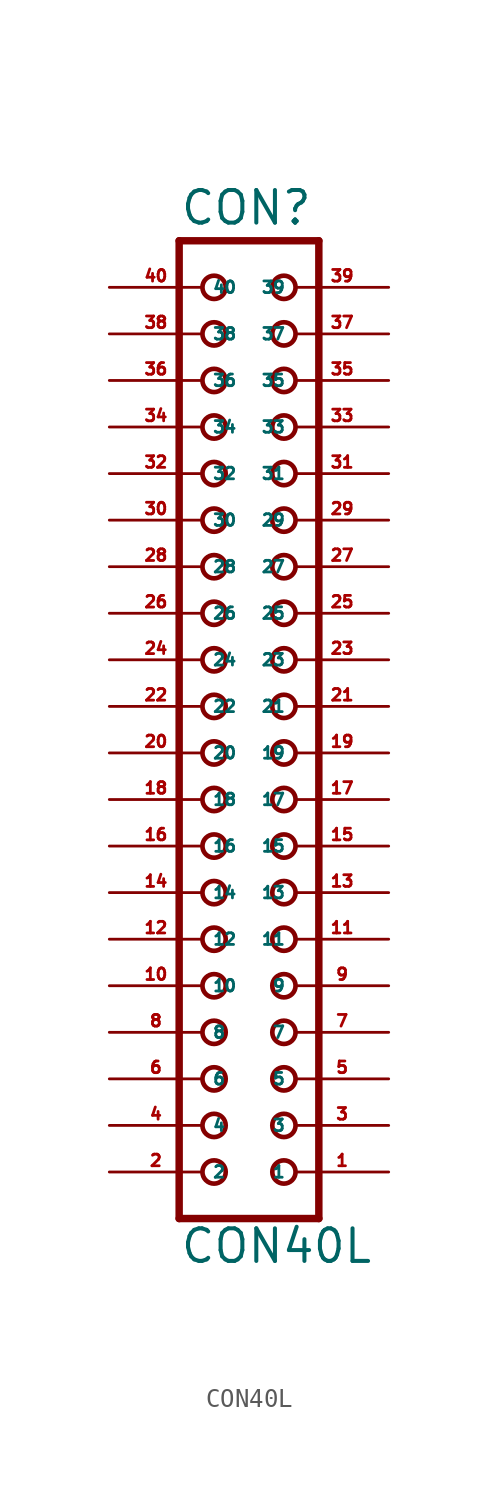
<source format=kicad_sym>
(kicad_symbol_lib
  (version 20220914)
  (generator Eagle2Kicad)
  (symbol "CON40L"
    (property "Reference" "CON"
      (at -3.81 26.162 0)
      (effects (font (size 1.778 1.778) (thickness 0.22)) (justify left bottom)))
    (property "Value" "CON40L"
      (at -3.81 -30.48 0)
      (effects (font (size 1.778 1.778) (thickness 0.22)) (justify left bottom)))
    (polyline
      (pts (xy 3.81 -27.94) (xy -3.81 -27.94))
      (stroke (width 0.406) (type default))
      (fill (type none)))
    (polyline
      (pts (xy -3.81 25.4) (xy -3.81 -27.94))
      (stroke (width 0.406) (type default))
      (fill (type none)))
    (polyline
      (pts (xy -3.81 25.4) (xy 3.81 25.4))
      (stroke (width 0.406) (type default))
      (fill (type none)))
    (polyline
      (pts (xy 3.81 -27.94) (xy 3.81 25.4))
      (stroke (width 0.406) (type default))
      (fill (type none)))
    (circle
      (center 1.905 -25.4)
      (radius 0.635)
      (stroke (width 0.254) (type default))
      (fill (type none)))
    (circle
      (center 1.905 -22.86)
      (radius 0.635)
      (stroke (width 0.254) (type default))
      (fill (type none)))
    (circle
      (center 1.905 -20.32)
      (radius 0.635)
      (stroke (width 0.254) (type default))
      (fill (type none)))
    (circle
      (center 1.905 -17.78)
      (radius 0.635)
      (stroke (width 0.254) (type default))
      (fill (type none)))
    (circle
      (center 1.905 -15.24)
      (radius 0.635)
      (stroke (width 0.254) (type default))
      (fill (type none)))
    (circle
      (center 1.905 -12.7)
      (radius 0.635)
      (stroke (width 0.254) (type default))
      (fill (type none)))
    (circle
      (center 1.905 -10.16)
      (radius 0.635)
      (stroke (width 0.254) (type default))
      (fill (type none)))
    (circle
      (center 1.905 -7.62)
      (radius 0.635)
      (stroke (width 0.254) (type default))
      (fill (type none)))
    (circle
      (center 1.905 -5.08)
      (radius 0.635)
      (stroke (width 0.254) (type default))
      (fill (type none)))
    (circle
      (center 1.905 -2.54)
      (radius 0.635)
      (stroke (width 0.254) (type default))
      (fill (type none)))
    (circle
      (center -1.905 -25.4)
      (radius 0.635)
      (stroke (width 0.254) (type default))
      (fill (type none)))
    (circle
      (center -1.905 -22.86)
      (radius 0.635)
      (stroke (width 0.254) (type default))
      (fill (type none)))
    (circle
      (center -1.905 -20.32)
      (radius 0.635)
      (stroke (width 0.254) (type default))
      (fill (type none)))
    (circle
      (center -1.905 -17.78)
      (radius 0.635)
      (stroke (width 0.254) (type default))
      (fill (type none)))
    (circle
      (center -1.905 -15.24)
      (radius 0.635)
      (stroke (width 0.254) (type default))
      (fill (type none)))
    (circle
      (center -1.905 -12.7)
      (radius 0.635)
      (stroke (width 0.254) (type default))
      (fill (type none)))
    (circle
      (center -1.905 -10.16)
      (radius 0.635)
      (stroke (width 0.254) (type default))
      (fill (type none)))
    (circle
      (center -1.905 -7.62)
      (radius 0.635)
      (stroke (width 0.254) (type default))
      (fill (type none)))
    (circle
      (center -1.905 -5.08)
      (radius 0.635)
      (stroke (width 0.254) (type default))
      (fill (type none)))
    (circle
      (center -1.905 -2.54)
      (radius 0.635)
      (stroke (width 0.254) (type default))
      (fill (type none)))
    (circle
      (center 1.905 0)
      (radius 0.635)
      (stroke (width 0.254) (type default))
      (fill (type none)))
    (circle
      (center 1.905 2.54)
      (radius 0.635)
      (stroke (width 0.254) (type default))
      (fill (type none)))
    (circle
      (center 1.905 5.08)
      (radius 0.635)
      (stroke (width 0.254) (type default))
      (fill (type none)))
    (circle
      (center 1.905 7.62)
      (radius 0.635)
      (stroke (width 0.254) (type default))
      (fill (type none)))
    (circle
      (center 1.905 10.16)
      (radius 0.635)
      (stroke (width 0.254) (type default))
      (fill (type none)))
    (circle
      (center 1.905 12.7)
      (radius 0.635)
      (stroke (width 0.254) (type default))
      (fill (type none)))
    (circle
      (center 1.905 15.24)
      (radius 0.635)
      (stroke (width 0.254) (type default))
      (fill (type none)))
    (circle
      (center 1.905 17.78)
      (radius 0.635)
      (stroke (width 0.254) (type default))
      (fill (type none)))
    (circle
      (center 1.905 20.32)
      (radius 0.635)
      (stroke (width 0.254) (type default))
      (fill (type none)))
    (circle
      (center 1.905 22.86)
      (radius 0.635)
      (stroke (width 0.254) (type default))
      (fill (type none)))
    (circle
      (center -1.905 0)
      (radius 0.635)
      (stroke (width 0.254) (type default))
      (fill (type none)))
    (circle
      (center -1.905 2.54)
      (radius 0.635)
      (stroke (width 0.254) (type default))
      (fill (type none)))
    (circle
      (center -1.905 5.08)
      (radius 0.635)
      (stroke (width 0.254) (type default))
      (fill (type none)))
    (circle
      (center -1.905 7.62)
      (radius 0.635)
      (stroke (width 0.254) (type default))
      (fill (type none)))
    (circle
      (center -1.905 10.16)
      (radius 0.635)
      (stroke (width 0.254) (type default))
      (fill (type none)))
    (circle
      (center -1.905 12.7)
      (radius 0.635)
      (stroke (width 0.254) (type default))
      (fill (type none)))
    (circle
      (center -1.905 15.24)
      (radius 0.635)
      (stroke (width 0.254) (type default))
      (fill (type none)))
    (circle
      (center -1.905 17.78)
      (radius 0.635)
      (stroke (width 0.254) (type default))
      (fill (type none)))
    (circle
      (center -1.905 20.32)
      (radius 0.635)
      (stroke (width 0.254) (type default))
      (fill (type none)))
    (circle
      (center -1.905 22.86)
      (radius 0.635)
      (stroke (width 0.254) (type default))
      (fill (type none)))
    (pin passive line
      (at 7.62 -25.4 180)
      (length 5.08)
      (name "1" (effects (font (size 0.635 0.635) (thickness 0.08)) (justify left bottom)))
      (number "1" (effects (font (size 0.635 0.635) (thickness 0.08)) (justify left bottom))))
    (pin passive line
      (at -7.62 -25.4 0)
      (length 5.08)
      (name "2" (effects (font (size 0.635 0.635) (thickness 0.08)) (justify left bottom)))
      (number "2" (effects (font (size 0.635 0.635) (thickness 0.08)) (justify left bottom))))
    (pin passive line
      (at 7.62 -22.86 180)
      (length 5.08)
      (name "3" (effects (font (size 0.635 0.635) (thickness 0.08)) (justify left bottom)))
      (number "3" (effects (font (size 0.635 0.635) (thickness 0.08)) (justify left bottom))))
    (pin passive line
      (at -7.62 -22.86 0)
      (length 5.08)
      (name "4" (effects (font (size 0.635 0.635) (thickness 0.08)) (justify left bottom)))
      (number "4" (effects (font (size 0.635 0.635) (thickness 0.08)) (justify left bottom))))
    (pin passive line
      (at 7.62 -20.32 180)
      (length 5.08)
      (name "5" (effects (font (size 0.635 0.635) (thickness 0.08)) (justify left bottom)))
      (number "5" (effects (font (size 0.635 0.635) (thickness 0.08)) (justify left bottom))))
    (pin passive line
      (at -7.62 -20.32 0)
      (length 5.08)
      (name "6" (effects (font (size 0.635 0.635) (thickness 0.08)) (justify left bottom)))
      (number "6" (effects (font (size 0.635 0.635) (thickness 0.08)) (justify left bottom))))
    (pin passive line
      (at 7.62 -17.78 180)
      (length 5.08)
      (name "7" (effects (font (size 0.635 0.635) (thickness 0.08)) (justify left bottom)))
      (number "7" (effects (font (size 0.635 0.635) (thickness 0.08)) (justify left bottom))))
    (pin passive line
      (at -7.62 -17.78 0)
      (length 5.08)
      (name "8" (effects (font (size 0.635 0.635) (thickness 0.08)) (justify left bottom)))
      (number "8" (effects (font (size 0.635 0.635) (thickness 0.08)) (justify left bottom))))
    (pin passive line
      (at 7.62 -15.24 180)
      (length 5.08)
      (name "9" (effects (font (size 0.635 0.635) (thickness 0.08)) (justify left bottom)))
      (number "9" (effects (font (size 0.635 0.635) (thickness 0.08)) (justify left bottom))))
    (pin passive line
      (at -7.62 -15.24 0)
      (length 5.08)
      (name "10" (effects (font (size 0.635 0.635) (thickness 0.08)) (justify left bottom)))
      (number "10" (effects (font (size 0.635 0.635) (thickness 0.08)) (justify left bottom))))
    (pin passive line
      (at 7.62 -12.7 180)
      (length 5.08)
      (name "11" (effects (font (size 0.635 0.635) (thickness 0.08)) (justify left bottom)))
      (number "11" (effects (font (size 0.635 0.635) (thickness 0.08)) (justify left bottom))))
    (pin passive line
      (at -7.62 -12.7 0)
      (length 5.08)
      (name "12" (effects (font (size 0.635 0.635) (thickness 0.08)) (justify left bottom)))
      (number "12" (effects (font (size 0.635 0.635) (thickness 0.08)) (justify left bottom))))
    (pin passive line
      (at 7.62 -10.16 180)
      (length 5.08)
      (name "13" (effects (font (size 0.635 0.635) (thickness 0.08)) (justify left bottom)))
      (number "13" (effects (font (size 0.635 0.635) (thickness 0.08)) (justify left bottom))))
    (pin passive line
      (at -7.62 -10.16 0)
      (length 5.08)
      (name "14" (effects (font (size 0.635 0.635) (thickness 0.08)) (justify left bottom)))
      (number "14" (effects (font (size 0.635 0.635) (thickness 0.08)) (justify left bottom))))
    (pin passive line
      (at 7.62 -7.62 180)
      (length 5.08)
      (name "15" (effects (font (size 0.635 0.635) (thickness 0.08)) (justify left bottom)))
      (number "15" (effects (font (size 0.635 0.635) (thickness 0.08)) (justify left bottom))))
    (pin passive line
      (at -7.62 -7.62 0)
      (length 5.08)
      (name "16" (effects (font (size 0.635 0.635) (thickness 0.08)) (justify left bottom)))
      (number "16" (effects (font (size 0.635 0.635) (thickness 0.08)) (justify left bottom))))
    (pin passive line
      (at 7.62 -5.08 180)
      (length 5.08)
      (name "17" (effects (font (size 0.635 0.635) (thickness 0.08)) (justify left bottom)))
      (number "17" (effects (font (size 0.635 0.635) (thickness 0.08)) (justify left bottom))))
    (pin passive line
      (at -7.62 -5.08 0)
      (length 5.08)
      (name "18" (effects (font (size 0.635 0.635) (thickness 0.08)) (justify left bottom)))
      (number "18" (effects (font (size 0.635 0.635) (thickness 0.08)) (justify left bottom))))
    (pin passive line
      (at 7.62 -2.54 180)
      (length 5.08)
      (name "19" (effects (font (size 0.635 0.635) (thickness 0.08)) (justify left bottom)))
      (number "19" (effects (font (size 0.635 0.635) (thickness 0.08)) (justify left bottom))))
    (pin passive line
      (at -7.62 -2.54 0)
      (length 5.08)
      (name "20" (effects (font (size 0.635 0.635) (thickness 0.08)) (justify left bottom)))
      (number "20" (effects (font (size 0.635 0.635) (thickness 0.08)) (justify left bottom))))
    (pin passive line
      (at 7.62 0 180)
      (length 5.08)
      (name "21" (effects (font (size 0.635 0.635) (thickness 0.08)) (justify left bottom)))
      (number "21" (effects (font (size 0.635 0.635) (thickness 0.08)) (justify left bottom))))
    (pin passive line
      (at -7.62 0 0)
      (length 5.08)
      (name "22" (effects (font (size 0.635 0.635) (thickness 0.08)) (justify left bottom)))
      (number "22" (effects (font (size 0.635 0.635) (thickness 0.08)) (justify left bottom))))
    (pin passive line
      (at 7.62 2.54 180)
      (length 5.08)
      (name "23" (effects (font (size 0.635 0.635) (thickness 0.08)) (justify left bottom)))
      (number "23" (effects (font (size 0.635 0.635) (thickness 0.08)) (justify left bottom))))
    (pin passive line
      (at -7.62 2.54 0)
      (length 5.08)
      (name "24" (effects (font (size 0.635 0.635) (thickness 0.08)) (justify left bottom)))
      (number "24" (effects (font (size 0.635 0.635) (thickness 0.08)) (justify left bottom))))
    (pin passive line
      (at 7.62 5.08 180)
      (length 5.08)
      (name "25" (effects (font (size 0.635 0.635) (thickness 0.08)) (justify left bottom)))
      (number "25" (effects (font (size 0.635 0.635) (thickness 0.08)) (justify left bottom))))
    (pin passive line
      (at -7.62 5.08 0)
      (length 5.08)
      (name "26" (effects (font (size 0.635 0.635) (thickness 0.08)) (justify left bottom)))
      (number "26" (effects (font (size 0.635 0.635) (thickness 0.08)) (justify left bottom))))
    (pin passive line
      (at 7.62 7.62 180)
      (length 5.08)
      (name "27" (effects (font (size 0.635 0.635) (thickness 0.08)) (justify left bottom)))
      (number "27" (effects (font (size 0.635 0.635) (thickness 0.08)) (justify left bottom))))
    (pin passive line
      (at -7.62 7.62 0)
      (length 5.08)
      (name "28" (effects (font (size 0.635 0.635) (thickness 0.08)) (justify left bottom)))
      (number "28" (effects (font (size 0.635 0.635) (thickness 0.08)) (justify left bottom))))
    (pin passive line
      (at 7.62 10.16 180)
      (length 5.08)
      (name "29" (effects (font (size 0.635 0.635) (thickness 0.08)) (justify left bottom)))
      (number "29" (effects (font (size 0.635 0.635) (thickness 0.08)) (justify left bottom))))
    (pin passive line
      (at -7.62 10.16 0)
      (length 5.08)
      (name "30" (effects (font (size 0.635 0.635) (thickness 0.08)) (justify left bottom)))
      (number "30" (effects (font (size 0.635 0.635) (thickness 0.08)) (justify left bottom))))
    (pin passive line
      (at 7.62 12.7 180)
      (length 5.08)
      (name "31" (effects (font (size 0.635 0.635) (thickness 0.08)) (justify left bottom)))
      (number "31" (effects (font (size 0.635 0.635) (thickness 0.08)) (justify left bottom))))
    (pin passive line
      (at -7.62 12.7 0)
      (length 5.08)
      (name "32" (effects (font (size 0.635 0.635) (thickness 0.08)) (justify left bottom)))
      (number "32" (effects (font (size 0.635 0.635) (thickness 0.08)) (justify left bottom))))
    (pin passive line
      (at 7.62 15.24 180)
      (length 5.08)
      (name "33" (effects (font (size 0.635 0.635) (thickness 0.08)) (justify left bottom)))
      (number "33" (effects (font (size 0.635 0.635) (thickness 0.08)) (justify left bottom))))
    (pin passive line
      (at -7.62 15.24 0)
      (length 5.08)
      (name "34" (effects (font (size 0.635 0.635) (thickness 0.08)) (justify left bottom)))
      (number "34" (effects (font (size 0.635 0.635) (thickness 0.08)) (justify left bottom))))
    (pin passive line
      (at 7.62 17.78 180)
      (length 5.08)
      (name "35" (effects (font (size 0.635 0.635) (thickness 0.08)) (justify left bottom)))
      (number "35" (effects (font (size 0.635 0.635) (thickness 0.08)) (justify left bottom))))
    (pin passive line
      (at -7.62 17.78 0)
      (length 5.08)
      (name "36" (effects (font (size 0.635 0.635) (thickness 0.08)) (justify left bottom)))
      (number "36" (effects (font (size 0.635 0.635) (thickness 0.08)) (justify left bottom))))
    (pin passive line
      (at 7.62 20.32 180)
      (length 5.08)
      (name "37" (effects (font (size 0.635 0.635) (thickness 0.08)) (justify left bottom)))
      (number "37" (effects (font (size 0.635 0.635) (thickness 0.08)) (justify left bottom))))
    (pin passive line
      (at -7.62 20.32 0)
      (length 5.08)
      (name "38" (effects (font (size 0.635 0.635) (thickness 0.08)) (justify left bottom)))
      (number "38" (effects (font (size 0.635 0.635) (thickness 0.08)) (justify left bottom))))
    (pin passive line
      (at 7.62 22.86 180)
      (length 5.08)
      (name "39" (effects (font (size 0.635 0.635) (thickness 0.08)) (justify left bottom)))
      (number "39" (effects (font (size 0.635 0.635) (thickness 0.08)) (justify left bottom))))
    (pin passive line
      (at -7.62 22.86 0)
      (length 5.08)
      (name "40" (effects (font (size 0.635 0.635) (thickness 0.08)) (justify left bottom)))
      (number "40" (effects (font (size 0.635 0.635) (thickness 0.08)) (justify left bottom))))))
</source>
